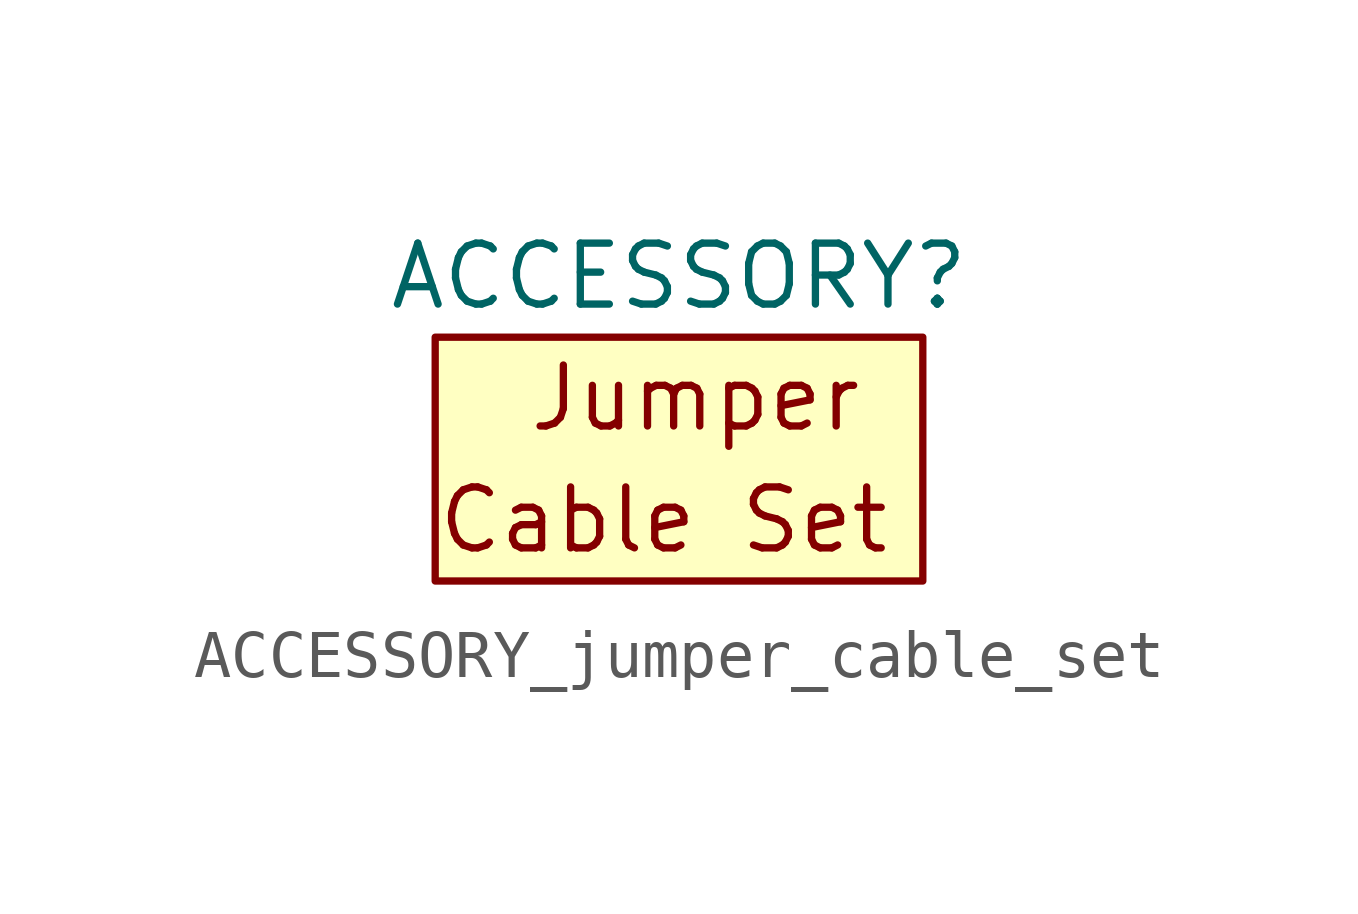
<source format=kicad_sym>
(kicad_symbol_lib
  (version 20220914)
  (generator kicad_symbol_editor)
  (symbol "ACCESSORY_jumper_cable_set"
    (property "Reference" "ACCESSORY"
      (at 0 3.81 0)
      (effects (font (size 1.27 1.27))))
    (symbol "ACCESSORY_jumper_cable_set_0_0"
      (text "Cable Set" (at -5.08 -1.27 0) (effects (font (size 1.27 1.27)) (justify left)))
      (text "Jumper" (at -3.175 1.27 0) (effects (font (size 1.27 1.27)) (justify left))))
    (symbol "ACCESSORY_jumper_cable_set_0_1"
      (rectangle (start -5.08 2.54) (end 5.08 -2.54) (stroke (width 0) (type default)) (fill (type background))))))
</source>
